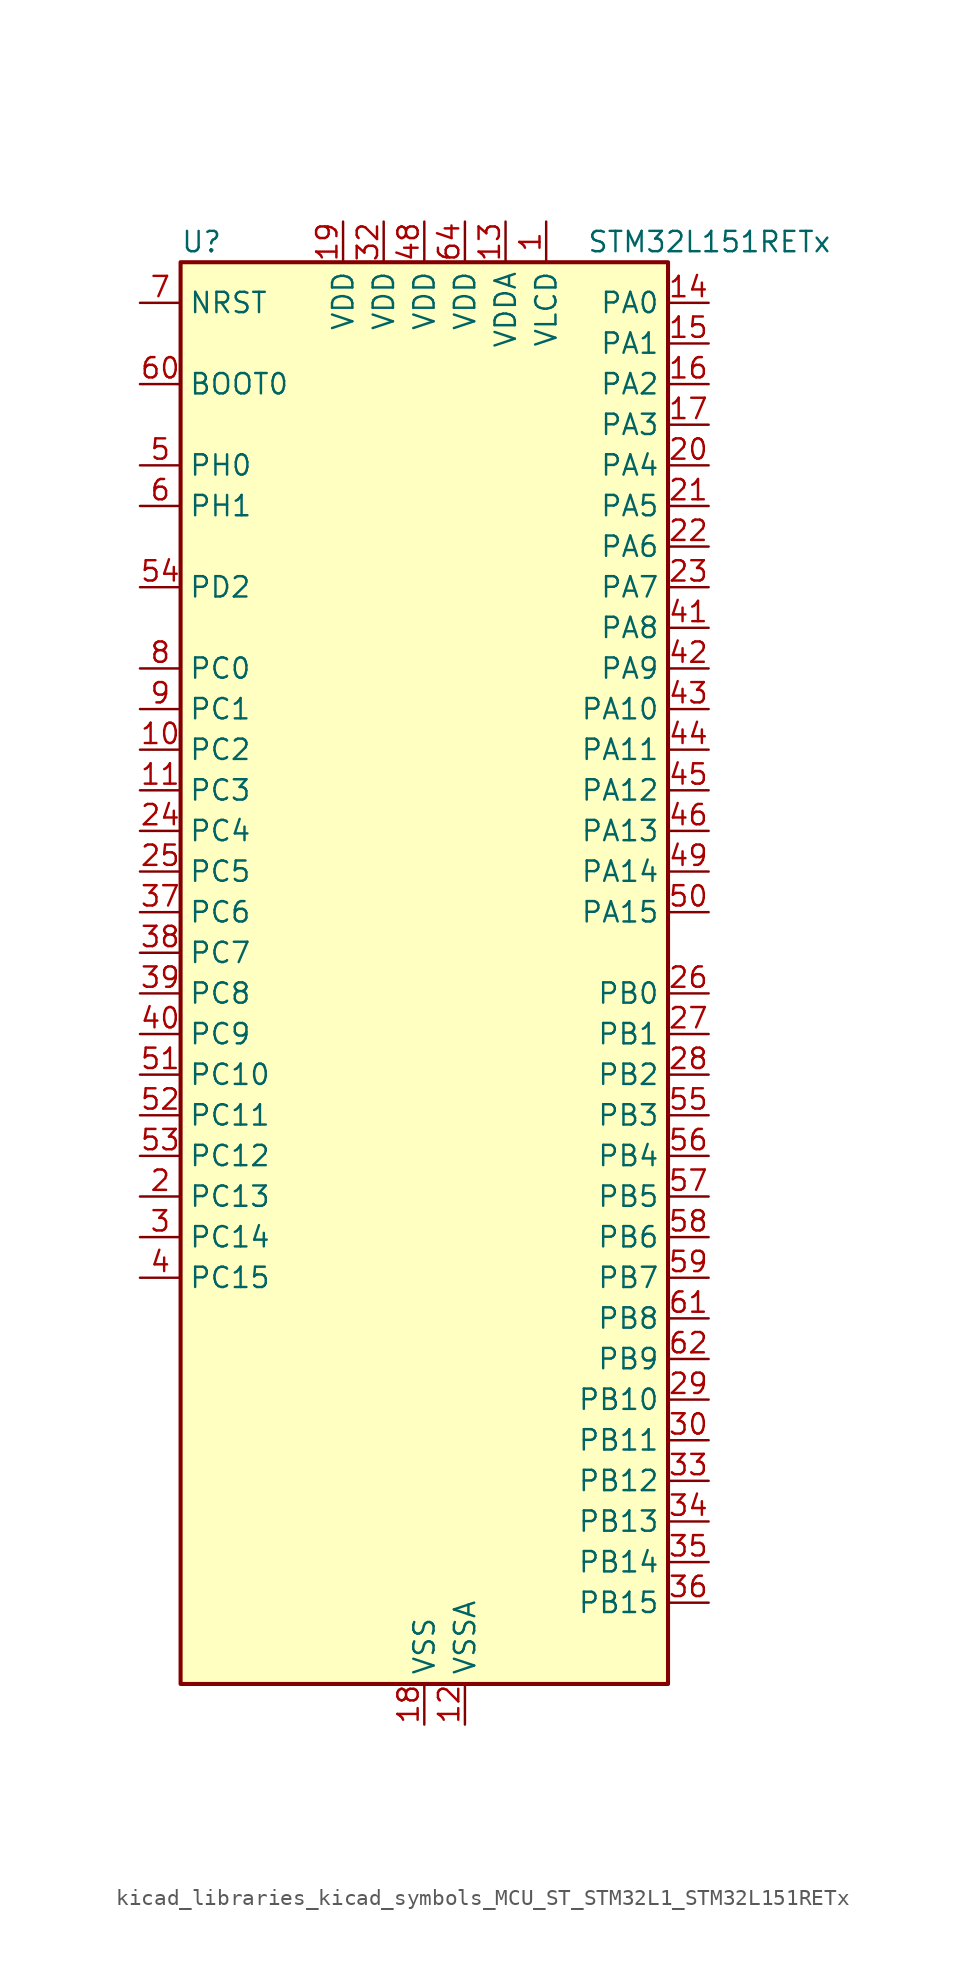
<source format=kicad_sym>
(kicad_symbol_lib
  (version 20220914)
  (generator kicad_symbol_editor)
  (symbol "kicad_libraries_kicad_symbols_MCU_ST_STM32L1_STM32L151RETx"
    (property "Reference" "U"
      (at -15.24 46.99 0)
      (effects (font (size 1.27 1.27)) (justify left)))
    (property "Value" "STM32L151RETx"
      (at 10.16 46.99 0)
      (effects (font (size 1.27 1.27)) (justify left)))
    (property "ki_locked" ""
      (at 0 0 0)
      (effects (font (size 1.27 1.27))))
    (symbol "kicad_libraries_kicad_symbols_MCU_ST_STM32L1_STM32L151RETx_0_1"
      (rectangle (start -15.24 -43.18) (end 15.24 45.72) (stroke (width 0.254) (type default)) (fill (type background))))
    (symbol "kicad_libraries_kicad_symbols_MCU_ST_STM32L1_STM32L151RETx_1_1"
      (pin power_in line (at 7.62 48.26 270) (length 2.54) (name "VLCD" (effects (font (size 1.27 1.27)))) (number "1" (effects (font (size 1.27 1.27)))))
      (pin bidirectional line (at -17.78 15.24 0) (length 2.54) (name "PC2" (effects (font (size 1.27 1.27)))) (number "10" (effects (font (size 1.27 1.27)))) (alternate "ADC_IN12" bidirectional line) (alternate "COMP1_INP" bidirectional line) (alternate "TIMX_IC3" bidirectional line) (alternate "TS_G8_IO3" bidirectional line))
      (pin bidirectional line (at -17.78 12.7 0) (length 2.54) (name "PC3" (effects (font (size 1.27 1.27)))) (number "11" (effects (font (size 1.27 1.27)))) (alternate "ADC_IN13" bidirectional line) (alternate "COMP1_INP" bidirectional line) (alternate "TIMX_IC4" bidirectional line) (alternate "TS_G8_IO4" bidirectional line))
      (pin power_in line (at 2.54 -45.72 90) (length 2.54) (name "VSSA" (effects (font (size 1.27 1.27)))) (number "12" (effects (font (size 1.27 1.27)))))
      (pin power_in line (at 5.08 48.26 270) (length 2.54) (name "VDDA" (effects (font (size 1.27 1.27)))) (number "13" (effects (font (size 1.27 1.27)))))
      (pin bidirectional line (at 17.78 43.18 180) (length 2.54) (name "PA0" (effects (font (size 1.27 1.27)))) (number "14" (effects (font (size 1.27 1.27)))) (alternate "ADC_IN0" bidirectional line) (alternate "COMP1_INP" bidirectional line) (alternate "RTC_TAMP2" bidirectional line) (alternate "SYS_WKUP1" bidirectional line) (alternate "TIM2_CH1" bidirectional line) (alternate "TIM2_ETR" bidirectional line) (alternate "TIM5_CH1" bidirectional line) (alternate "TIMX_IC1" bidirectional line) (alternate "TS_G1_IO1" bidirectional line) (alternate "USART2_CTS" bidirectional line))
      (pin bidirectional line (at 17.78 40.64 180) (length 2.54) (name "PA1" (effects (font (size 1.27 1.27)))) (number "15" (effects (font (size 1.27 1.27)))) (alternate "ADC_IN1" bidirectional line) (alternate "COMP1_INP" bidirectional line) (alternate "OPAMP1_VINP" bidirectional line) (alternate "TIM2_CH2" bidirectional line) (alternate "TIM5_CH2" bidirectional line) (alternate "TIMX_IC2" bidirectional line) (alternate "TS_G1_IO2" bidirectional line) (alternate "USART2_RTS" bidirectional line))
      (pin bidirectional line (at 17.78 38.1 180) (length 2.54) (name "PA2" (effects (font (size 1.27 1.27)))) (number "16" (effects (font (size 1.27 1.27)))) (alternate "ADC_IN2" bidirectional line) (alternate "COMP1_INP" bidirectional line) (alternate "OPAMP1_VINM" bidirectional line) (alternate "TIM2_CH3" bidirectional line) (alternate "TIM5_CH3" bidirectional line) (alternate "TIM9_CH1" bidirectional line) (alternate "TIMX_IC3" bidirectional line) (alternate "TS_G1_IO3" bidirectional line) (alternate "USART2_TX" bidirectional line))
      (pin bidirectional line (at 17.78 35.56 180) (length 2.54) (name "PA3" (effects (font (size 1.27 1.27)))) (number "17" (effects (font (size 1.27 1.27)))) (alternate "ADC_IN3" bidirectional line) (alternate "COMP1_INP" bidirectional line) (alternate "OPAMP1_VOUT" bidirectional line) (alternate "TIM2_CH4" bidirectional line) (alternate "TIM5_CH4" bidirectional line) (alternate "TIM9_CH2" bidirectional line) (alternate "TIMX_IC4" bidirectional line) (alternate "TS_G1_IO4" bidirectional line) (alternate "USART2_RX" bidirectional line))
      (pin power_in line (at 0 -45.72 90) (length 2.54) (name "VSS" (effects (font (size 1.27 1.27)))) (number "18" (effects (font (size 1.27 1.27)))))
      (pin power_in line (at -5.08 48.26 270) (length 2.54) (name "VDD" (effects (font (size 1.27 1.27)))) (number "19" (effects (font (size 1.27 1.27)))))
      (pin bidirectional line (at -17.78 -12.7 0) (length 2.54) (name "PC13" (effects (font (size 1.27 1.27)))) (number "2" (effects (font (size 1.27 1.27)))) (alternate "RTC_OUT_ALARM" bidirectional line) (alternate "RTC_OUT_CALIB" bidirectional line) (alternate "RTC_TAMP1" bidirectional line) (alternate "RTC_TS" bidirectional line) (alternate "SYS_WKUP2" bidirectional line) (alternate "TIMX_IC2" bidirectional line))
      (pin bidirectional line (at 17.78 33.02 180) (length 2.54) (name "PA4" (effects (font (size 1.27 1.27)))) (number "20" (effects (font (size 1.27 1.27)))) (alternate "ADC_IN4" bidirectional line) (alternate "COMP1_INP" bidirectional line) (alternate "DAC_OUT1" bidirectional line) (alternate "I2S3_WS" bidirectional line) (alternate "SPI1_NSS" bidirectional line) (alternate "SPI3_NSS" bidirectional line) (alternate "TIMX_IC1" bidirectional line) (alternate "USART2_CK" bidirectional line))
      (pin bidirectional line (at 17.78 30.48 180) (length 2.54) (name "PA5" (effects (font (size 1.27 1.27)))) (number "21" (effects (font (size 1.27 1.27)))) (alternate "ADC_IN5" bidirectional line) (alternate "COMP1_INP" bidirectional line) (alternate "DAC_OUT2" bidirectional line) (alternate "SPI1_SCK" bidirectional line) (alternate "TIM2_CH1" bidirectional line) (alternate "TIM2_ETR" bidirectional line) (alternate "TIMX_IC2" bidirectional line))
      (pin bidirectional line (at 17.78 27.94 180) (length 2.54) (name "PA6" (effects (font (size 1.27 1.27)))) (number "22" (effects (font (size 1.27 1.27)))) (alternate "ADC_IN6" bidirectional line) (alternate "COMP1_INP" bidirectional line) (alternate "OPAMP2_VINP" bidirectional line) (alternate "SPI1_MISO" bidirectional line) (alternate "TIM10_CH1" bidirectional line) (alternate "TIM3_CH1" bidirectional line) (alternate "TIMX_IC3" bidirectional line) (alternate "TS_G2_IO1" bidirectional line))
      (pin bidirectional line (at 17.78 25.4 180) (length 2.54) (name "PA7" (effects (font (size 1.27 1.27)))) (number "23" (effects (font (size 1.27 1.27)))) (alternate "ADC_IN7" bidirectional line) (alternate "COMP1_INP" bidirectional line) (alternate "OPAMP2_VINM" bidirectional line) (alternate "SPI1_MOSI" bidirectional line) (alternate "TIM11_CH1" bidirectional line) (alternate "TIM3_CH2" bidirectional line) (alternate "TIMX_IC4" bidirectional line) (alternate "TS_G2_IO2" bidirectional line))
      (pin bidirectional line (at -17.78 10.16 0) (length 2.54) (name "PC4" (effects (font (size 1.27 1.27)))) (number "24" (effects (font (size 1.27 1.27)))) (alternate "ADC_IN14" bidirectional line) (alternate "COMP1_INP" bidirectional line) (alternate "TIMX_IC1" bidirectional line) (alternate "TS_G9_IO1" bidirectional line))
      (pin bidirectional line (at -17.78 7.62 0) (length 2.54) (name "PC5" (effects (font (size 1.27 1.27)))) (number "25" (effects (font (size 1.27 1.27)))) (alternate "ADC_IN15" bidirectional line) (alternate "COMP1_INP" bidirectional line) (alternate "TIMX_IC2" bidirectional line) (alternate "TS_G9_IO2" bidirectional line))
      (pin bidirectional line (at 17.78 0 180) (length 2.54) (name "PB0" (effects (font (size 1.27 1.27)))) (number "26" (effects (font (size 1.27 1.27)))) (alternate "ADC_IN8" bidirectional line) (alternate "COMP1_INP" bidirectional line) (alternate "OPAMP2_VOUT" bidirectional line) (alternate "SYS_V_REF_OUT" bidirectional line) (alternate "TIM3_CH3" bidirectional line) (alternate "TS_G3_IO1" bidirectional line))
      (pin bidirectional line (at 17.78 -2.54 180) (length 2.54) (name "PB1" (effects (font (size 1.27 1.27)))) (number "27" (effects (font (size 1.27 1.27)))) (alternate "ADC_IN9" bidirectional line) (alternate "COMP1_INP" bidirectional line) (alternate "SYS_V_REF_OUT" bidirectional line) (alternate "TIM3_CH4" bidirectional line) (alternate "TS_G3_IO2" bidirectional line))
      (pin bidirectional line (at 17.78 -5.08 180) (length 2.54) (name "PB2" (effects (font (size 1.27 1.27)))) (number "28" (effects (font (size 1.27 1.27)))) (alternate "ADC_IN0b" bidirectional line) (alternate "TS_G3_IO3" bidirectional line))
      (pin bidirectional line (at 17.78 -25.4 180) (length 2.54) (name "PB10" (effects (font (size 1.27 1.27)))) (number "29" (effects (font (size 1.27 1.27)))) (alternate "I2C2_SCL" bidirectional line) (alternate "TIM2_CH3" bidirectional line) (alternate "USART3_TX" bidirectional line))
      (pin bidirectional line (at -17.78 -15.24 0) (length 2.54) (name "PC14" (effects (font (size 1.27 1.27)))) (number "3" (effects (font (size 1.27 1.27)))) (alternate "RCC_OSC32_IN" bidirectional line) (alternate "TIMX_IC3" bidirectional line))
      (pin bidirectional line (at 17.78 -27.94 180) (length 2.54) (name "PB11" (effects (font (size 1.27 1.27)))) (number "30" (effects (font (size 1.27 1.27)))) (alternate "ADC_EXTI11" bidirectional line) (alternate "I2C2_SDA" bidirectional line) (alternate "TIM2_CH4" bidirectional line) (alternate "USART3_RX" bidirectional line))
      (pin passive line (at 0 -45.72 90) (length 2.54) hide (name "VSS" (effects (font (size 1.27 1.27)))) (number "31" (effects (font (size 1.27 1.27)))))
      (pin power_in line (at -2.54 48.26 270) (length 2.54) (name "VDD" (effects (font (size 1.27 1.27)))) (number "32" (effects (font (size 1.27 1.27)))))
      (pin bidirectional line (at 17.78 -30.48 180) (length 2.54) (name "PB12" (effects (font (size 1.27 1.27)))) (number "33" (effects (font (size 1.27 1.27)))) (alternate "ADC_IN18" bidirectional line) (alternate "COMP1_INP" bidirectional line) (alternate "I2C2_SMBA" bidirectional line) (alternate "I2S2_WS" bidirectional line) (alternate "SPI2_NSS" bidirectional line) (alternate "TIM10_CH1" bidirectional line) (alternate "TS_G7_IO1" bidirectional line) (alternate "USART3_CK" bidirectional line))
      (pin bidirectional line (at 17.78 -33.02 180) (length 2.54) (name "PB13" (effects (font (size 1.27 1.27)))) (number "34" (effects (font (size 1.27 1.27)))) (alternate "ADC_IN19" bidirectional line) (alternate "COMP1_INP" bidirectional line) (alternate "I2S2_CK" bidirectional line) (alternate "SPI2_SCK" bidirectional line) (alternate "TIM9_CH1" bidirectional line) (alternate "TS_G7_IO2" bidirectional line) (alternate "USART3_CTS" bidirectional line))
      (pin bidirectional line (at 17.78 -35.56 180) (length 2.54) (name "PB14" (effects (font (size 1.27 1.27)))) (number "35" (effects (font (size 1.27 1.27)))) (alternate "ADC_IN20" bidirectional line) (alternate "COMP1_INP" bidirectional line) (alternate "SPI2_MISO" bidirectional line) (alternate "TIM9_CH2" bidirectional line) (alternate "TS_G7_IO3" bidirectional line) (alternate "USART3_RTS" bidirectional line))
      (pin bidirectional line (at 17.78 -38.1 180) (length 2.54) (name "PB15" (effects (font (size 1.27 1.27)))) (number "36" (effects (font (size 1.27 1.27)))) (alternate "ADC_EXTI15" bidirectional line) (alternate "ADC_IN21" bidirectional line) (alternate "COMP1_INP" bidirectional line) (alternate "I2S2_SD" bidirectional line) (alternate "RTC_REFIN" bidirectional line) (alternate "SPI2_MOSI" bidirectional line) (alternate "TIM11_CH1" bidirectional line) (alternate "TS_G7_IO4" bidirectional line))
      (pin bidirectional line (at -17.78 5.08 0) (length 2.54) (name "PC6" (effects (font (size 1.27 1.27)))) (number "37" (effects (font (size 1.27 1.27)))) (alternate "I2S2_MCK" bidirectional line) (alternate "TIM3_CH1" bidirectional line) (alternate "TIMX_IC3" bidirectional line) (alternate "TS_G10_IO1" bidirectional line))
      (pin bidirectional line (at -17.78 2.54 0) (length 2.54) (name "PC7" (effects (font (size 1.27 1.27)))) (number "38" (effects (font (size 1.27 1.27)))) (alternate "I2S3_MCK" bidirectional line) (alternate "TIM3_CH2" bidirectional line) (alternate "TIMX_IC4" bidirectional line) (alternate "TS_G10_IO2" bidirectional line))
      (pin bidirectional line (at -17.78 0 0) (length 2.54) (name "PC8" (effects (font (size 1.27 1.27)))) (number "39" (effects (font (size 1.27 1.27)))) (alternate "TIM3_CH3" bidirectional line) (alternate "TIMX_IC1" bidirectional line) (alternate "TS_G10_IO3" bidirectional line))
      (pin bidirectional line (at -17.78 -17.78 0) (length 2.54) (name "PC15" (effects (font (size 1.27 1.27)))) (number "4" (effects (font (size 1.27 1.27)))) (alternate "ADC_EXTI15" bidirectional line) (alternate "RCC_OSC32_OUT" bidirectional line) (alternate "TIMX_IC4" bidirectional line))
      (pin bidirectional line (at -17.78 -2.54 0) (length 2.54) (name "PC9" (effects (font (size 1.27 1.27)))) (number "40" (effects (font (size 1.27 1.27)))) (alternate "DAC_EXTI9" bidirectional line) (alternate "TIM3_CH4" bidirectional line) (alternate "TIMX_IC2" bidirectional line) (alternate "TS_G10_IO4" bidirectional line))
      (pin bidirectional line (at 17.78 22.86 180) (length 2.54) (name "PA8" (effects (font (size 1.27 1.27)))) (number "41" (effects (font (size 1.27 1.27)))) (alternate "RCC_MCO" bidirectional line) (alternate "TIMX_IC1" bidirectional line) (alternate "TS_G4_IO1" bidirectional line) (alternate "USART1_CK" bidirectional line))
      (pin bidirectional line (at 17.78 20.32 180) (length 2.54) (name "PA9" (effects (font (size 1.27 1.27)))) (number "42" (effects (font (size 1.27 1.27)))) (alternate "DAC_EXTI9" bidirectional line) (alternate "TIMX_IC2" bidirectional line) (alternate "TS_G4_IO2" bidirectional line) (alternate "USART1_TX" bidirectional line))
      (pin bidirectional line (at 17.78 17.78 180) (length 2.54) (name "PA10" (effects (font (size 1.27 1.27)))) (number "43" (effects (font (size 1.27 1.27)))) (alternate "TIMX_IC3" bidirectional line) (alternate "TS_G4_IO3" bidirectional line) (alternate "USART1_RX" bidirectional line))
      (pin bidirectional line (at 17.78 15.24 180) (length 2.54) (name "PA11" (effects (font (size 1.27 1.27)))) (number "44" (effects (font (size 1.27 1.27)))) (alternate "ADC_EXTI11" bidirectional line) (alternate "SPI1_MISO" bidirectional line) (alternate "TIMX_IC4" bidirectional line) (alternate "USART1_CTS" bidirectional line) (alternate "USB_DM" bidirectional line))
      (pin bidirectional line (at 17.78 12.7 180) (length 2.54) (name "PA12" (effects (font (size 1.27 1.27)))) (number "45" (effects (font (size 1.27 1.27)))) (alternate "SPI1_MOSI" bidirectional line) (alternate "TIMX_IC1" bidirectional line) (alternate "USART1_RTS" bidirectional line) (alternate "USB_DP" bidirectional line))
      (pin bidirectional line (at 17.78 10.16 180) (length 2.54) (name "PA13" (effects (font (size 1.27 1.27)))) (number "46" (effects (font (size 1.27 1.27)))) (alternate "SYS_JTMS-SWDIO" bidirectional line) (alternate "TIMX_IC2" bidirectional line) (alternate "TS_G5_IO1" bidirectional line))
      (pin passive line (at 0 -45.72 90) (length 2.54) hide (name "VSS" (effects (font (size 1.27 1.27)))) (number "47" (effects (font (size 1.27 1.27)))))
      (pin power_in line (at 0 48.26 270) (length 2.54) (name "VDD" (effects (font (size 1.27 1.27)))) (number "48" (effects (font (size 1.27 1.27)))))
      (pin bidirectional line (at 17.78 7.62 180) (length 2.54) (name "PA14" (effects (font (size 1.27 1.27)))) (number "49" (effects (font (size 1.27 1.27)))) (alternate "SYS_JTCK-SWCLK" bidirectional line) (alternate "TIMX_IC3" bidirectional line) (alternate "TS_G5_IO2" bidirectional line))
      (pin bidirectional line (at -17.78 33.02 0) (length 2.54) (name "PH0" (effects (font (size 1.27 1.27)))) (number "5" (effects (font (size 1.27 1.27)))) (alternate "RCC_OSC_IN" bidirectional line))
      (pin bidirectional line (at 17.78 5.08 180) (length 2.54) (name "PA15" (effects (font (size 1.27 1.27)))) (number "50" (effects (font (size 1.27 1.27)))) (alternate "ADC_EXTI15" bidirectional line) (alternate "I2S3_WS" bidirectional line) (alternate "SPI1_NSS" bidirectional line) (alternate "SPI3_NSS" bidirectional line) (alternate "SYS_JTDI" bidirectional line) (alternate "TIM2_CH1" bidirectional line) (alternate "TIM2_ETR" bidirectional line) (alternate "TIMX_IC4" bidirectional line) (alternate "TS_G5_IO3" bidirectional line))
      (pin bidirectional line (at -17.78 -5.08 0) (length 2.54) (name "PC10" (effects (font (size 1.27 1.27)))) (number "51" (effects (font (size 1.27 1.27)))) (alternate "I2S3_CK" bidirectional line) (alternate "SPI3_SCK" bidirectional line) (alternate "TIMX_IC3" bidirectional line) (alternate "UART4_TX" bidirectional line) (alternate "USART3_TX" bidirectional line))
      (pin bidirectional line (at -17.78 -7.62 0) (length 2.54) (name "PC11" (effects (font (size 1.27 1.27)))) (number "52" (effects (font (size 1.27 1.27)))) (alternate "ADC_EXTI11" bidirectional line) (alternate "SPI3_MISO" bidirectional line) (alternate "TIMX_IC4" bidirectional line) (alternate "UART4_RX" bidirectional line) (alternate "USART3_RX" bidirectional line))
      (pin bidirectional line (at -17.78 -10.16 0) (length 2.54) (name "PC12" (effects (font (size 1.27 1.27)))) (number "53" (effects (font (size 1.27 1.27)))) (alternate "I2S3_SD" bidirectional line) (alternate "SPI3_MOSI" bidirectional line) (alternate "TIMX_IC1" bidirectional line) (alternate "UART5_TX" bidirectional line) (alternate "USART3_CK" bidirectional line))
      (pin bidirectional line (at -17.78 25.4 0) (length 2.54) (name "PD2" (effects (font (size 1.27 1.27)))) (number "54" (effects (font (size 1.27 1.27)))) (alternate "TIM3_ETR" bidirectional line) (alternate "TIMX_IC3" bidirectional line) (alternate "UART5_RX" bidirectional line))
      (pin bidirectional line (at 17.78 -7.62 180) (length 2.54) (name "PB3" (effects (font (size 1.27 1.27)))) (number "55" (effects (font (size 1.27 1.27)))) (alternate "COMP2_INM" bidirectional line) (alternate "I2S3_CK" bidirectional line) (alternate "SPI1_SCK" bidirectional line) (alternate "SPI3_SCK" bidirectional line) (alternate "SYS_JTDO-TRACESWO" bidirectional line) (alternate "TIM2_CH2" bidirectional line))
      (pin bidirectional line (at 17.78 -10.16 180) (length 2.54) (name "PB4" (effects (font (size 1.27 1.27)))) (number "56" (effects (font (size 1.27 1.27)))) (alternate "COMP2_INP" bidirectional line) (alternate "SPI1_MISO" bidirectional line) (alternate "SPI3_MISO" bidirectional line) (alternate "SYS_JTRST" bidirectional line) (alternate "TIM3_CH1" bidirectional line) (alternate "TS_G6_IO1" bidirectional line))
      (pin bidirectional line (at 17.78 -12.7 180) (length 2.54) (name "PB5" (effects (font (size 1.27 1.27)))) (number "57" (effects (font (size 1.27 1.27)))) (alternate "COMP2_INP" bidirectional line) (alternate "I2C1_SMBA" bidirectional line) (alternate "I2S3_SD" bidirectional line) (alternate "SPI1_MOSI" bidirectional line) (alternate "SPI3_MOSI" bidirectional line) (alternate "TIM3_CH2" bidirectional line) (alternate "TS_G6_IO2" bidirectional line))
      (pin bidirectional line (at 17.78 -15.24 180) (length 2.54) (name "PB6" (effects (font (size 1.27 1.27)))) (number "58" (effects (font (size 1.27 1.27)))) (alternate "COMP2_INP" bidirectional line) (alternate "I2C1_SCL" bidirectional line) (alternate "TIM4_CH1" bidirectional line) (alternate "TS_G6_IO3" bidirectional line) (alternate "USART1_TX" bidirectional line))
      (pin bidirectional line (at 17.78 -17.78 180) (length 2.54) (name "PB7" (effects (font (size 1.27 1.27)))) (number "59" (effects (font (size 1.27 1.27)))) (alternate "COMP2_INP" bidirectional line) (alternate "I2C1_SDA" bidirectional line) (alternate "SYS_PVD_IN" bidirectional line) (alternate "TIM4_CH2" bidirectional line) (alternate "TS_G6_IO4" bidirectional line) (alternate "USART1_RX" bidirectional line))
      (pin bidirectional line (at -17.78 30.48 0) (length 2.54) (name "PH1" (effects (font (size 1.27 1.27)))) (number "6" (effects (font (size 1.27 1.27)))) (alternate "RCC_OSC_OUT" bidirectional line))
      (pin input line (at -17.78 38.1 0) (length 2.54) (name "BOOT0" (effects (font (size 1.27 1.27)))) (number "60" (effects (font (size 1.27 1.27)))))
      (pin bidirectional line (at 17.78 -20.32 180) (length 2.54) (name "PB8" (effects (font (size 1.27 1.27)))) (number "61" (effects (font (size 1.27 1.27)))) (alternate "I2C1_SCL" bidirectional line) (alternate "TIM10_CH1" bidirectional line) (alternate "TIM4_CH3" bidirectional line))
      (pin bidirectional line (at 17.78 -22.86 180) (length 2.54) (name "PB9" (effects (font (size 1.27 1.27)))) (number "62" (effects (font (size 1.27 1.27)))) (alternate "DAC_EXTI9" bidirectional line) (alternate "I2C1_SDA" bidirectional line) (alternate "TIM11_CH1" bidirectional line) (alternate "TIM4_CH4" bidirectional line))
      (pin passive line (at 0 -45.72 90) (length 2.54) hide (name "VSS" (effects (font (size 1.27 1.27)))) (number "63" (effects (font (size 1.27 1.27)))))
      (pin power_in line (at 2.54 48.26 270) (length 2.54) (name "VDD" (effects (font (size 1.27 1.27)))) (number "64" (effects (font (size 1.27 1.27)))))
      (pin input line (at -17.78 43.18 0) (length 2.54) (name "NRST" (effects (font (size 1.27 1.27)))) (number "7" (effects (font (size 1.27 1.27)))))
      (pin bidirectional line (at -17.78 20.32 0) (length 2.54) (name "PC0" (effects (font (size 1.27 1.27)))) (number "8" (effects (font (size 1.27 1.27)))) (alternate "ADC_IN10" bidirectional line) (alternate "COMP1_INP" bidirectional line) (alternate "TIMX_IC1" bidirectional line) (alternate "TS_G8_IO1" bidirectional line))
      (pin bidirectional line (at -17.78 17.78 0) (length 2.54) (name "PC1" (effects (font (size 1.27 1.27)))) (number "9" (effects (font (size 1.27 1.27)))) (alternate "ADC_IN11" bidirectional line) (alternate "COMP1_INP" bidirectional line) (alternate "TIMX_IC2" bidirectional line) (alternate "TS_G8_IO2" bidirectional line)))))
</source>
